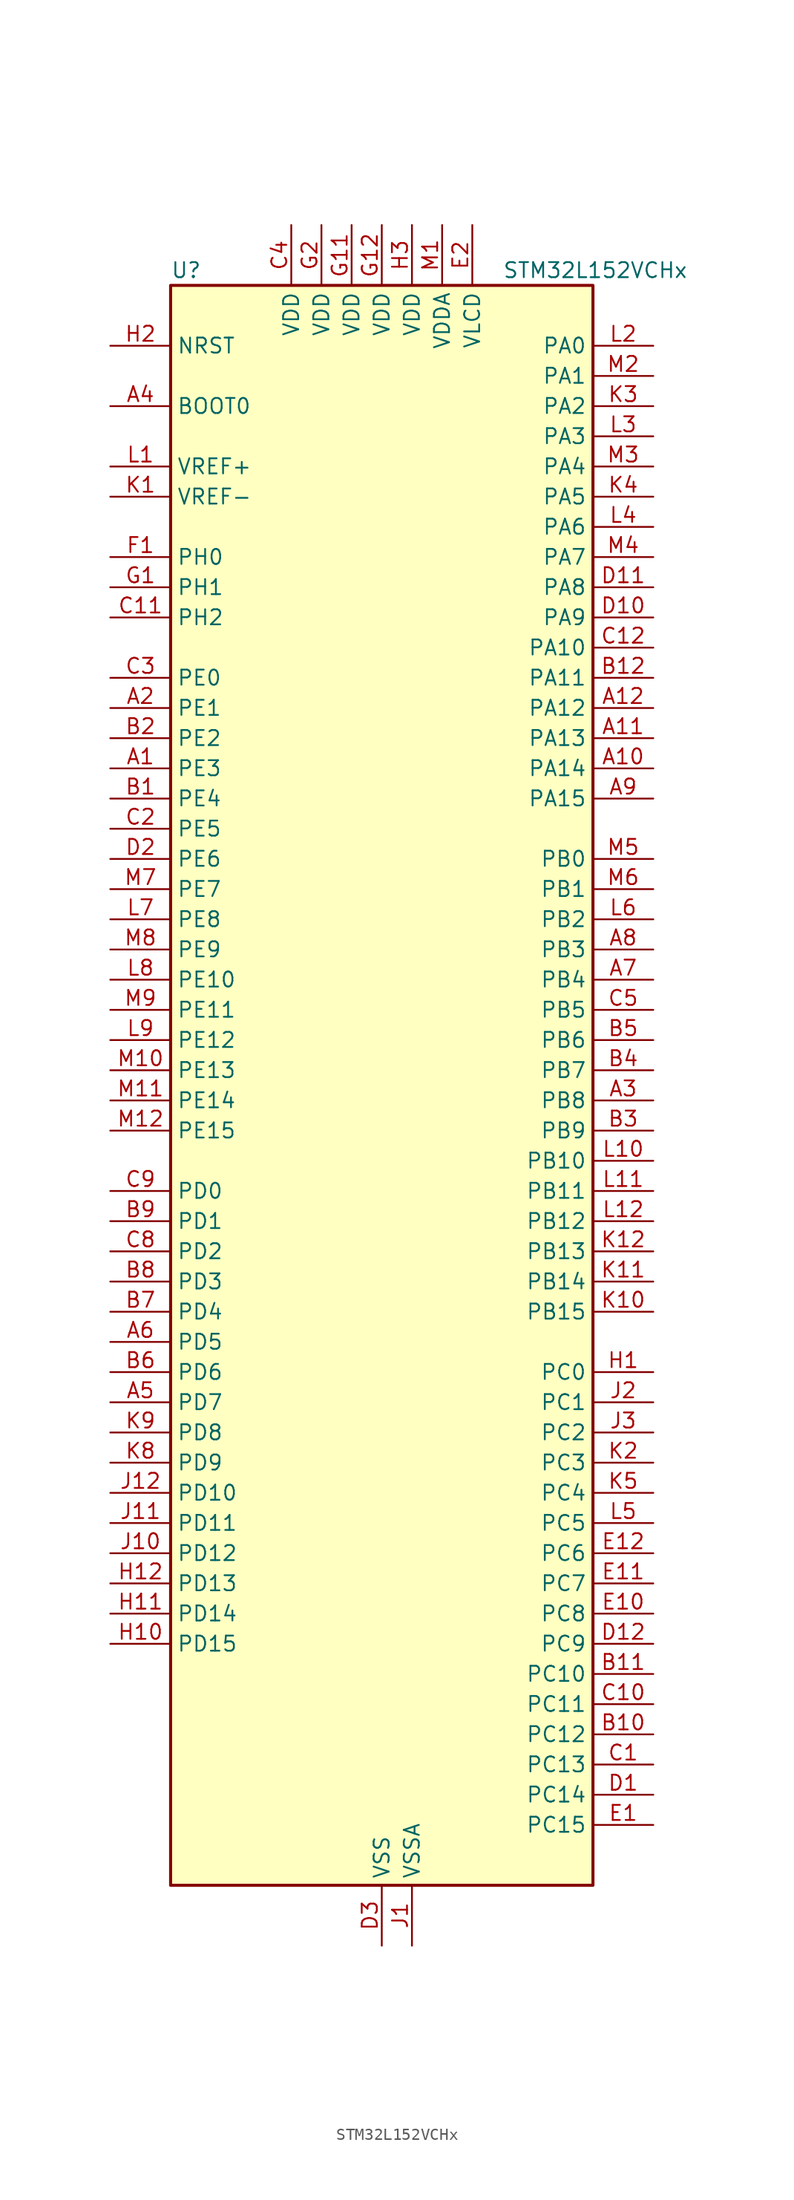
<source format=kicad_sym>
(kicad_symbol_lib
  (version 20241209)
  (generator "kicad_symbol_editor")
  (generator_version "9.0")
  (symbol "STM32L152VCHx"
    (property "Reference" "U"
      (at -17.78 69.85 0)
      (effects (font (size 1.27 1.27)) (justify left)))
    (property "Value" "STM32L152VCHx"
      (at 10.16 69.85 0)
      (effects (font (size 1.27 1.27)) (justify left)))
    (symbol "STM32L152VCHx_0_1"
      (rectangle (start -17.78 -66.04) (end 17.78 68.58) (stroke (width 0.254) (type default)) (fill (type background))))
    (symbol "STM32L152VCHx_1_1"
      (pin input line (at -22.86 63.5 0) (length 5.08) (name "NRST" (effects (font (size 1.27 1.27)))) (number "H2" (effects (font (size 1.27 1.27)))))
      (pin input line (at -22.86 58.42 0) (length 5.08) (name "BOOT0" (effects (font (size 1.27 1.27)))) (number "A4" (effects (font (size 1.27 1.27)))))
      (pin input line (at -22.86 53.34 0) (length 5.08) (name "VREF+" (effects (font (size 1.27 1.27)))) (number "L1" (effects (font (size 1.27 1.27)))))
      (pin input line (at -22.86 50.8 0) (length 5.08) (name "VREF-" (effects (font (size 1.27 1.27)))) (number "K1" (effects (font (size 1.27 1.27)))))
      (pin bidirectional line (at -22.86 45.72 0) (length 5.08) (name "PH0" (effects (font (size 1.27 1.27)))) (number "F1" (effects (font (size 1.27 1.27)))) (alternate "RCC_OSC_IN" bidirectional line))
      (pin bidirectional line (at -22.86 43.18 0) (length 5.08) (name "PH1" (effects (font (size 1.27 1.27)))) (number "G1" (effects (font (size 1.27 1.27)))) (alternate "RCC_OSC_OUT" bidirectional line))
      (pin bidirectional line (at -22.86 40.64 0) (length 5.08) (name "PH2" (effects (font (size 1.27 1.27)))) (number "C11" (effects (font (size 1.27 1.27)))))
      (pin bidirectional line (at -22.86 35.56 0) (length 5.08) (name "PE0" (effects (font (size 1.27 1.27)))) (number "C3" (effects (font (size 1.27 1.27)))) (alternate "LCD_SEG36" bidirectional line) (alternate "TIM10_CH1" bidirectional line) (alternate "TIM4_ETR" bidirectional line) (alternate "TIMX_IC1" bidirectional line))
      (pin bidirectional line (at -22.86 33.02 0) (length 5.08) (name "PE1" (effects (font (size 1.27 1.27)))) (number "A2" (effects (font (size 1.27 1.27)))) (alternate "LCD_SEG37" bidirectional line) (alternate "TIM11_CH1" bidirectional line) (alternate "TIMX_IC2" bidirectional line))
      (pin bidirectional line (at -22.86 30.48 0) (length 5.08) (name "PE2" (effects (font (size 1.27 1.27)))) (number "B2" (effects (font (size 1.27 1.27)))) (alternate "LCD_SEG38" bidirectional line) (alternate "SYS_TRACECK" bidirectional line) (alternate "TIM3_ETR" bidirectional line) (alternate "TIMX_IC3" bidirectional line))
      (pin bidirectional line (at -22.86 27.94 0) (length 5.08) (name "PE3" (effects (font (size 1.27 1.27)))) (number "A1" (effects (font (size 1.27 1.27)))) (alternate "LCD_SEG39" bidirectional line) (alternate "SYS_TRACED0" bidirectional line) (alternate "TIM3_CH1" bidirectional line) (alternate "TIMX_IC4" bidirectional line))
      (pin bidirectional line (at -22.86 25.4 0) (length 5.08) (name "PE4" (effects (font (size 1.27 1.27)))) (number "B1" (effects (font (size 1.27 1.27)))) (alternate "SYS_TRACED1" bidirectional line) (alternate "TIM3_CH2" bidirectional line) (alternate "TIMX_IC1" bidirectional line))
      (pin bidirectional line (at -22.86 22.86 0) (length 5.08) (name "PE5" (effects (font (size 1.27 1.27)))) (number "C2" (effects (font (size 1.27 1.27)))) (alternate "SYS_TRACED2" bidirectional line) (alternate "TIM9_CH1" bidirectional line) (alternate "TIMX_IC2" bidirectional line))
      (pin bidirectional line (at -22.86 20.32 0) (length 5.08) (name "PE6" (effects (font (size 1.27 1.27)))) (number "D2" (effects (font (size 1.27 1.27)))) (alternate "RTC_TAMP3" bidirectional line) (alternate "SYS_TRACED3" bidirectional line) (alternate "SYS_WKUP3" bidirectional line) (alternate "TIM9_CH2" bidirectional line) (alternate "TIMX_IC3" bidirectional line))
      (pin bidirectional line (at -22.86 17.78 0) (length 5.08) (name "PE7" (effects (font (size 1.27 1.27)))) (number "M7" (effects (font (size 1.27 1.27)))) (alternate "ADC_IN22" bidirectional line) (alternate "COMP1_INP" bidirectional line) (alternate "TIMX_IC4" bidirectional line))
      (pin bidirectional line (at -22.86 15.24 0) (length 5.08) (name "PE8" (effects (font (size 1.27 1.27)))) (number "L7" (effects (font (size 1.27 1.27)))) (alternate "ADC_IN23" bidirectional line) (alternate "COMP1_INP" bidirectional line) (alternate "TIMX_IC1" bidirectional line))
      (pin bidirectional line (at -22.86 12.7 0) (length 5.08) (name "PE9" (effects (font (size 1.27 1.27)))) (number "M8" (effects (font (size 1.27 1.27)))) (alternate "ADC_IN24" bidirectional line) (alternate "COMP1_INP" bidirectional line) (alternate "DAC_EXTI9" bidirectional line) (alternate "TIM2_CH1" bidirectional line) (alternate "TIM2_ETR" bidirectional line) (alternate "TIM5_ETR" bidirectional line) (alternate "TIMX_IC2" bidirectional line))
      (pin bidirectional line (at -22.86 10.16 0) (length 5.08) (name "PE10" (effects (font (size 1.27 1.27)))) (number "L8" (effects (font (size 1.27 1.27)))) (alternate "ADC_IN25" bidirectional line) (alternate "COMP1_INP" bidirectional line) (alternate "TIM2_CH2" bidirectional line) (alternate "TIMX_IC3" bidirectional line))
      (pin bidirectional line (at -22.86 7.62 0) (length 5.08) (name "PE11" (effects (font (size 1.27 1.27)))) (number "M9" (effects (font (size 1.27 1.27)))) (alternate "ADC_EXTI11" bidirectional line) (alternate "TIM2_CH3" bidirectional line) (alternate "TIMX_IC4" bidirectional line))
      (pin bidirectional line (at -22.86 5.08 0) (length 5.08) (name "PE12" (effects (font (size 1.27 1.27)))) (number "L9" (effects (font (size 1.27 1.27)))) (alternate "SPI1_NSS" bidirectional line) (alternate "TIM2_CH4" bidirectional line) (alternate "TIMX_IC1" bidirectional line))
      (pin bidirectional line (at -22.86 2.54 0) (length 5.08) (name "PE13" (effects (font (size 1.27 1.27)))) (number "M10" (effects (font (size 1.27 1.27)))) (alternate "SPI1_SCK" bidirectional line) (alternate "TIMX_IC2" bidirectional line))
      (pin bidirectional line (at -22.86 0 0) (length 5.08) (name "PE14" (effects (font (size 1.27 1.27)))) (number "M11" (effects (font (size 1.27 1.27)))) (alternate "SPI1_MISO" bidirectional line) (alternate "TIMX_IC3" bidirectional line))
      (pin bidirectional line (at -22.86 -2.54 0) (length 5.08) (name "PE15" (effects (font (size 1.27 1.27)))) (number "M12" (effects (font (size 1.27 1.27)))) (alternate "ADC_EXTI15" bidirectional line) (alternate "SPI1_MOSI" bidirectional line) (alternate "TIMX_IC4" bidirectional line))
      (pin bidirectional line (at -22.86 -7.62 0) (length 5.08) (name "PD0" (effects (font (size 1.27 1.27)))) (number "C9" (effects (font (size 1.27 1.27)))) (alternate "I2S2_WS" bidirectional line) (alternate "SPI2_NSS" bidirectional line) (alternate "TIM9_CH1" bidirectional line) (alternate "TIMX_IC1" bidirectional line))
      (pin bidirectional line (at -22.86 -10.16 0) (length 5.08) (name "PD1" (effects (font (size 1.27 1.27)))) (number "B9" (effects (font (size 1.27 1.27)))) (alternate "I2S2_CK" bidirectional line) (alternate "SPI2_SCK" bidirectional line) (alternate "TIMX_IC2" bidirectional line))
      (pin bidirectional line (at -22.86 -12.7 0) (length 5.08) (name "PD2" (effects (font (size 1.27 1.27)))) (number "C8" (effects (font (size 1.27 1.27)))) (alternate "LCD_COM7" bidirectional line) (alternate "LCD_SEG31" bidirectional line) (alternate "LCD_SEG43" bidirectional line) (alternate "TIM3_ETR" bidirectional line) (alternate "TIMX_IC3" bidirectional line))
      (pin bidirectional line (at -22.86 -15.24 0) (length 5.08) (name "PD3" (effects (font (size 1.27 1.27)))) (number "B8" (effects (font (size 1.27 1.27)))) (alternate "SPI2_MISO" bidirectional line) (alternate "TIMX_IC4" bidirectional line) (alternate "USART2_CTS" bidirectional line))
      (pin bidirectional line (at -22.86 -17.78 0) (length 5.08) (name "PD4" (effects (font (size 1.27 1.27)))) (number "B7" (effects (font (size 1.27 1.27)))) (alternate "I2S2_SD" bidirectional line) (alternate "SPI2_MOSI" bidirectional line) (alternate "TIMX_IC1" bidirectional line) (alternate "USART2_RTS" bidirectional line))
      (pin bidirectional line (at -22.86 -20.32 0) (length 5.08) (name "PD5" (effects (font (size 1.27 1.27)))) (number "A6" (effects (font (size 1.27 1.27)))) (alternate "TIMX_IC2" bidirectional line) (alternate "USART2_TX" bidirectional line))
      (pin bidirectional line (at -22.86 -22.86 0) (length 5.08) (name "PD6" (effects (font (size 1.27 1.27)))) (number "B6" (effects (font (size 1.27 1.27)))) (alternate "TIMX_IC3" bidirectional line) (alternate "USART2_RX" bidirectional line))
      (pin bidirectional line (at -22.86 -25.4 0) (length 5.08) (name "PD7" (effects (font (size 1.27 1.27)))) (number "A5" (effects (font (size 1.27 1.27)))) (alternate "TIM9_CH2" bidirectional line) (alternate "TIMX_IC4" bidirectional line) (alternate "USART2_CK" bidirectional line))
      (pin bidirectional line (at -22.86 -27.94 0) (length 5.08) (name "PD8" (effects (font (size 1.27 1.27)))) (number "K9" (effects (font (size 1.27 1.27)))) (alternate "LCD_SEG28" bidirectional line) (alternate "TIMX_IC1" bidirectional line) (alternate "USART3_TX" bidirectional line))
      (pin bidirectional line (at -22.86 -30.48 0) (length 5.08) (name "PD9" (effects (font (size 1.27 1.27)))) (number "K8" (effects (font (size 1.27 1.27)))) (alternate "DAC_EXTI9" bidirectional line) (alternate "LCD_SEG29" bidirectional line) (alternate "TIMX_IC2" bidirectional line) (alternate "USART3_RX" bidirectional line))
      (pin bidirectional line (at -22.86 -33.02 0) (length 5.08) (name "PD10" (effects (font (size 1.27 1.27)))) (number "J12" (effects (font (size 1.27 1.27)))) (alternate "LCD_SEG30" bidirectional line) (alternate "TIMX_IC3" bidirectional line) (alternate "USART3_CK" bidirectional line))
      (pin bidirectional line (at -22.86 -35.56 0) (length 5.08) (name "PD11" (effects (font (size 1.27 1.27)))) (number "J11" (effects (font (size 1.27 1.27)))) (alternate "ADC_EXTI11" bidirectional line) (alternate "LCD_SEG31" bidirectional line) (alternate "TIMX_IC4" bidirectional line) (alternate "USART3_CTS" bidirectional line))
      (pin bidirectional line (at -22.86 -38.1 0) (length 5.08) (name "PD12" (effects (font (size 1.27 1.27)))) (number "J10" (effects (font (size 1.27 1.27)))) (alternate "LCD_SEG32" bidirectional line) (alternate "TIM4_CH1" bidirectional line) (alternate "TIMX_IC1" bidirectional line) (alternate "USART3_RTS" bidirectional line))
      (pin bidirectional line (at -22.86 -40.64 0) (length 5.08) (name "PD13" (effects (font (size 1.27 1.27)))) (number "H12" (effects (font (size 1.27 1.27)))) (alternate "LCD_SEG33" bidirectional line) (alternate "TIM4_CH2" bidirectional line) (alternate "TIMX_IC2" bidirectional line))
      (pin bidirectional line (at -22.86 -43.18 0) (length 5.08) (name "PD14" (effects (font (size 1.27 1.27)))) (number "H11" (effects (font (size 1.27 1.27)))) (alternate "LCD_SEG34" bidirectional line) (alternate "TIM4_CH3" bidirectional line) (alternate "TIMX_IC3" bidirectional line))
      (pin bidirectional line (at -22.86 -45.72 0) (length 5.08) (name "PD15" (effects (font (size 1.27 1.27)))) (number "H10" (effects (font (size 1.27 1.27)))) (alternate "ADC_EXTI15" bidirectional line) (alternate "LCD_SEG35" bidirectional line) (alternate "TIM4_CH4" bidirectional line) (alternate "TIMX_IC4" bidirectional line))
      (pin power_in line (at -7.62 73.66 270) (length 5.08) (name "VDD" (effects (font (size 1.27 1.27)))) (number "C4" (effects (font (size 1.27 1.27)))))
      (pin power_in line (at -5.08 73.66 270) (length 5.08) (name "VDD" (effects (font (size 1.27 1.27)))) (number "G2" (effects (font (size 1.27 1.27)))))
      (pin power_in line (at -2.54 73.66 270) (length 5.08) (name "VDD" (effects (font (size 1.27 1.27)))) (number "G11" (effects (font (size 1.27 1.27)))))
      (pin power_in line (at 0 73.66 270) (length 5.08) (name "VDD" (effects (font (size 1.27 1.27)))) (number "G12" (effects (font (size 1.27 1.27)))))
      (pin power_in line (at 0 -71.12 90) (length 5.08) (name "VSS" (effects (font (size 1.27 1.27)))) (number "D3" (effects (font (size 1.27 1.27)))))
      (pin passive line (at 0 -71.12 90) (length 5.08) (hide yes) (name "VSS" (effects (font (size 1.27 1.27)))) (number "E3" (effects (font (size 1.27 1.27)))))
      (pin passive line (at 0 -71.12 90) (length 5.08) (hide yes) (name "VSS" (effects (font (size 1.27 1.27)))) (number "F11" (effects (font (size 1.27 1.27)))))
      (pin passive line (at 0 -71.12 90) (length 5.08) (hide yes) (name "VSS" (effects (font (size 1.27 1.27)))) (number "F12" (effects (font (size 1.27 1.27)))))
      (pin passive line (at 0 -71.12 90) (length 5.08) (hide yes) (name "VSS" (effects (font (size 1.27 1.27)))) (number "F2" (effects (font (size 1.27 1.27)))))
      (pin power_in line (at 2.54 73.66 270) (length 5.08) (name "VDD" (effects (font (size 1.27 1.27)))) (number "H3" (effects (font (size 1.27 1.27)))))
      (pin power_in line (at 2.54 -71.12 90) (length 5.08) (name "VSSA" (effects (font (size 1.27 1.27)))) (number "J1" (effects (font (size 1.27 1.27)))))
      (pin power_in line (at 5.08 73.66 270) (length 5.08) (name "VDDA" (effects (font (size 1.27 1.27)))) (number "M1" (effects (font (size 1.27 1.27)))))
      (pin power_in line (at 7.62 73.66 270) (length 5.08) (name "VLCD" (effects (font (size 1.27 1.27)))) (number "E2" (effects (font (size 1.27 1.27)))))
      (pin bidirectional line (at 22.86 63.5 180) (length 5.08) (name "PA0" (effects (font (size 1.27 1.27)))) (number "L2" (effects (font (size 1.27 1.27)))) (alternate "ADC_IN0" bidirectional line) (alternate "COMP1_INP" bidirectional line) (alternate "RTC_TAMP2" bidirectional line) (alternate "SYS_WKUP1" bidirectional line) (alternate "TIM2_CH1" bidirectional line) (alternate "TIM2_ETR" bidirectional line) (alternate "TIM5_CH1" bidirectional line) (alternate "TIMX_IC1" bidirectional line) (alternate "TS_G1_IO1" bidirectional line) (alternate "USART2_CTS" bidirectional line))
      (pin bidirectional line (at 22.86 60.96 180) (length 5.08) (name "PA1" (effects (font (size 1.27 1.27)))) (number "M2" (effects (font (size 1.27 1.27)))) (alternate "ADC_IN1" bidirectional line) (alternate "COMP1_INP" bidirectional line) (alternate "LCD_SEG0" bidirectional line) (alternate "OPAMP1_VINP" bidirectional line) (alternate "TIM2_CH2" bidirectional line) (alternate "TIM5_CH2" bidirectional line) (alternate "TIMX_IC2" bidirectional line) (alternate "TS_G1_IO2" bidirectional line) (alternate "USART2_RTS" bidirectional line))
      (pin bidirectional line (at 22.86 58.42 180) (length 5.08) (name "PA2" (effects (font (size 1.27 1.27)))) (number "K3" (effects (font (size 1.27 1.27)))) (alternate "ADC_IN2" bidirectional line) (alternate "COMP1_INP" bidirectional line) (alternate "LCD_SEG1" bidirectional line) (alternate "OPAMP1_VINM" bidirectional line) (alternate "TIM2_CH3" bidirectional line) (alternate "TIM5_CH3" bidirectional line) (alternate "TIM9_CH1" bidirectional line) (alternate "TIMX_IC3" bidirectional line) (alternate "TS_G1_IO3" bidirectional line) (alternate "USART2_TX" bidirectional line))
      (pin bidirectional line (at 22.86 55.88 180) (length 5.08) (name "PA3" (effects (font (size 1.27 1.27)))) (number "L3" (effects (font (size 1.27 1.27)))) (alternate "ADC_IN3" bidirectional line) (alternate "COMP1_INP" bidirectional line) (alternate "LCD_SEG2" bidirectional line) (alternate "OPAMP1_VOUT" bidirectional line) (alternate "TIM2_CH4" bidirectional line) (alternate "TIM5_CH4" bidirectional line) (alternate "TIM9_CH2" bidirectional line) (alternate "TIMX_IC4" bidirectional line) (alternate "TS_G1_IO4" bidirectional line) (alternate "USART2_RX" bidirectional line))
      (pin bidirectional line (at 22.86 53.34 180) (length 5.08) (name "PA4" (effects (font (size 1.27 1.27)))) (number "M3" (effects (font (size 1.27 1.27)))) (alternate "ADC_IN4" bidirectional line) (alternate "COMP1_INP" bidirectional line) (alternate "DAC_OUT1" bidirectional line) (alternate "I2S3_WS" bidirectional line) (alternate "SPI1_NSS" bidirectional line) (alternate "SPI3_NSS" bidirectional line) (alternate "TIMX_IC1" bidirectional line) (alternate "USART2_CK" bidirectional line))
      (pin bidirectional line (at 22.86 50.8 180) (length 5.08) (name "PA5" (effects (font (size 1.27 1.27)))) (number "K4" (effects (font (size 1.27 1.27)))) (alternate "ADC_IN5" bidirectional line) (alternate "COMP1_INP" bidirectional line) (alternate "DAC_OUT2" bidirectional line) (alternate "SPI1_SCK" bidirectional line) (alternate "TIM2_CH1" bidirectional line) (alternate "TIM2_ETR" bidirectional line) (alternate "TIMX_IC2" bidirectional line))
      (pin bidirectional line (at 22.86 48.26 180) (length 5.08) (name "PA6" (effects (font (size 1.27 1.27)))) (number "L4" (effects (font (size 1.27 1.27)))) (alternate "ADC_IN6" bidirectional line) (alternate "COMP1_INP" bidirectional line) (alternate "LCD_SEG3" bidirectional line) (alternate "OPAMP2_VINP" bidirectional line) (alternate "SPI1_MISO" bidirectional line) (alternate "TIM10_CH1" bidirectional line) (alternate "TIM3_CH1" bidirectional line) (alternate "TIMX_IC3" bidirectional line) (alternate "TS_G2_IO1" bidirectional line))
      (pin bidirectional line (at 22.86 45.72 180) (length 5.08) (name "PA7" (effects (font (size 1.27 1.27)))) (number "M4" (effects (font (size 1.27 1.27)))) (alternate "ADC_IN7" bidirectional line) (alternate "COMP1_INP" bidirectional line) (alternate "LCD_SEG4" bidirectional line) (alternate "OPAMP2_VINM" bidirectional line) (alternate "SPI1_MOSI" bidirectional line) (alternate "TIM11_CH1" bidirectional line) (alternate "TIM3_CH2" bidirectional line) (alternate "TIMX_IC4" bidirectional line) (alternate "TS_G2_IO2" bidirectional line))
      (pin bidirectional line (at 22.86 43.18 180) (length 5.08) (name "PA8" (effects (font (size 1.27 1.27)))) (number "D11" (effects (font (size 1.27 1.27)))) (alternate "LCD_COM0" bidirectional line) (alternate "RCC_MCO" bidirectional line) (alternate "TIMX_IC1" bidirectional line) (alternate "TS_G4_IO1" bidirectional line) (alternate "USART1_CK" bidirectional line))
      (pin bidirectional line (at 22.86 40.64 180) (length 5.08) (name "PA9" (effects (font (size 1.27 1.27)))) (number "D10" (effects (font (size 1.27 1.27)))) (alternate "DAC_EXTI9" bidirectional line) (alternate "LCD_COM1" bidirectional line) (alternate "TIMX_IC2" bidirectional line) (alternate "TS_G4_IO2" bidirectional line) (alternate "USART1_TX" bidirectional line))
      (pin bidirectional line (at 22.86 38.1 180) (length 5.08) (name "PA10" (effects (font (size 1.27 1.27)))) (number "C12" (effects (font (size 1.27 1.27)))) (alternate "LCD_COM2" bidirectional line) (alternate "TIMX_IC3" bidirectional line) (alternate "TS_G4_IO3" bidirectional line) (alternate "USART1_RX" bidirectional line))
      (pin bidirectional line (at 22.86 35.56 180) (length 5.08) (name "PA11" (effects (font (size 1.27 1.27)))) (number "B12" (effects (font (size 1.27 1.27)))) (alternate "ADC_EXTI11" bidirectional line) (alternate "SPI1_MISO" bidirectional line) (alternate "TIMX_IC4" bidirectional line) (alternate "USART1_CTS" bidirectional line) (alternate "USB_DM" bidirectional line))
      (pin bidirectional line (at 22.86 33.02 180) (length 5.08) (name "PA12" (effects (font (size 1.27 1.27)))) (number "A12" (effects (font (size 1.27 1.27)))) (alternate "SPI1_MOSI" bidirectional line) (alternate "TIMX_IC1" bidirectional line) (alternate "USART1_RTS" bidirectional line) (alternate "USB_DP" bidirectional line))
      (pin bidirectional line (at 22.86 30.48 180) (length 5.08) (name "PA13" (effects (font (size 1.27 1.27)))) (number "A11" (effects (font (size 1.27 1.27)))) (alternate "SYS_JTMS-SWDIO" bidirectional line) (alternate "TIMX_IC2" bidirectional line) (alternate "TS_G5_IO1" bidirectional line))
      (pin bidirectional line (at 22.86 27.94 180) (length 5.08) (name "PA14" (effects (font (size 1.27 1.27)))) (number "A10" (effects (font (size 1.27 1.27)))) (alternate "SYS_JTCK-SWCLK" bidirectional line) (alternate "TIMX_IC3" bidirectional line) (alternate "TS_G5_IO2" bidirectional line))
      (pin bidirectional line (at 22.86 25.4 180) (length 5.08) (name "PA15" (effects (font (size 1.27 1.27)))) (number "A9" (effects (font (size 1.27 1.27)))) (alternate "ADC_EXTI15" bidirectional line) (alternate "I2S3_WS" bidirectional line) (alternate "LCD_SEG17" bidirectional line) (alternate "SPI1_NSS" bidirectional line) (alternate "SPI3_NSS" bidirectional line) (alternate "SYS_JTDI" bidirectional line) (alternate "TIM2_CH1" bidirectional line) (alternate "TIM2_ETR" bidirectional line) (alternate "TIMX_IC4" bidirectional line) (alternate "TS_G5_IO3" bidirectional line))
      (pin bidirectional line (at 22.86 20.32 180) (length 5.08) (name "PB0" (effects (font (size 1.27 1.27)))) (number "M5" (effects (font (size 1.27 1.27)))) (alternate "ADC_IN8" bidirectional line) (alternate "COMP1_INP" bidirectional line) (alternate "LCD_SEG5" bidirectional line) (alternate "OPAMP2_VOUT" bidirectional line) (alternate "SYS_V_REF_OUT" bidirectional line) (alternate "TIM3_CH3" bidirectional line) (alternate "TS_G3_IO1" bidirectional line))
      (pin bidirectional line (at 22.86 17.78 180) (length 5.08) (name "PB1" (effects (font (size 1.27 1.27)))) (number "M6" (effects (font (size 1.27 1.27)))) (alternate "ADC_IN9" bidirectional line) (alternate "COMP1_INP" bidirectional line) (alternate "LCD_SEG6" bidirectional line) (alternate "SYS_V_REF_OUT" bidirectional line) (alternate "TIM3_CH4" bidirectional line) (alternate "TS_G3_IO2" bidirectional line))
      (pin bidirectional line (at 22.86 15.24 180) (length 5.08) (name "PB2" (effects (font (size 1.27 1.27)))) (number "L6" (effects (font (size 1.27 1.27)))) (alternate "TS_G3_IO3" bidirectional line))
      (pin bidirectional line (at 22.86 12.7 180) (length 5.08) (name "PB3" (effects (font (size 1.27 1.27)))) (number "A8" (effects (font (size 1.27 1.27)))) (alternate "COMP2_INM" bidirectional line) (alternate "I2S3_CK" bidirectional line) (alternate "LCD_SEG7" bidirectional line) (alternate "SPI1_SCK" bidirectional line) (alternate "SPI3_SCK" bidirectional line) (alternate "SYS_JTDO-TRACESWO" bidirectional line) (alternate "TIM2_CH2" bidirectional line))
      (pin bidirectional line (at 22.86 10.16 180) (length 5.08) (name "PB4" (effects (font (size 1.27 1.27)))) (number "A7" (effects (font (size 1.27 1.27)))) (alternate "COMP2_INP" bidirectional line) (alternate "LCD_SEG8" bidirectional line) (alternate "SPI1_MISO" bidirectional line) (alternate "SPI3_MISO" bidirectional line) (alternate "SYS_JTRST" bidirectional line) (alternate "TIM3_CH1" bidirectional line) (alternate "TS_G6_IO1" bidirectional line))
      (pin bidirectional line (at 22.86 7.62 180) (length 5.08) (name "PB5" (effects (font (size 1.27 1.27)))) (number "C5" (effects (font (size 1.27 1.27)))) (alternate "COMP2_INP" bidirectional line) (alternate "I2C1_SMBA" bidirectional line) (alternate "I2S3_SD" bidirectional line) (alternate "LCD_SEG9" bidirectional line) (alternate "SPI1_MOSI" bidirectional line) (alternate "SPI3_MOSI" bidirectional line) (alternate "TIM3_CH2" bidirectional line) (alternate "TS_G6_IO2" bidirectional line))
      (pin bidirectional line (at 22.86 5.08 180) (length 5.08) (name "PB6" (effects (font (size 1.27 1.27)))) (number "B5" (effects (font (size 1.27 1.27)))) (alternate "COMP2_INP" bidirectional line) (alternate "I2C1_SCL" bidirectional line) (alternate "TIM4_CH1" bidirectional line) (alternate "TS_G6_IO3" bidirectional line) (alternate "USART1_TX" bidirectional line))
      (pin bidirectional line (at 22.86 2.54 180) (length 5.08) (name "PB7" (effects (font (size 1.27 1.27)))) (number "B4" (effects (font (size 1.27 1.27)))) (alternate "COMP2_INP" bidirectional line) (alternate "I2C1_SDA" bidirectional line) (alternate "SYS_PVD_IN" bidirectional line) (alternate "TIM4_CH2" bidirectional line) (alternate "TS_G6_IO4" bidirectional line) (alternate "USART1_RX" bidirectional line))
      (pin bidirectional line (at 22.86 0 180) (length 5.08) (name "PB8" (effects (font (size 1.27 1.27)))) (number "A3" (effects (font (size 1.27 1.27)))) (alternate "I2C1_SCL" bidirectional line) (alternate "LCD_SEG16" bidirectional line) (alternate "TIM10_CH1" bidirectional line) (alternate "TIM4_CH3" bidirectional line))
      (pin bidirectional line (at 22.86 -2.54 180) (length 5.08) (name "PB9" (effects (font (size 1.27 1.27)))) (number "B3" (effects (font (size 1.27 1.27)))) (alternate "DAC_EXTI9" bidirectional line) (alternate "I2C1_SDA" bidirectional line) (alternate "LCD_COM3" bidirectional line) (alternate "TIM11_CH1" bidirectional line) (alternate "TIM4_CH4" bidirectional line))
      (pin bidirectional line (at 22.86 -5.08 180) (length 5.08) (name "PB10" (effects (font (size 1.27 1.27)))) (number "L10" (effects (font (size 1.27 1.27)))) (alternate "I2C2_SCL" bidirectional line) (alternate "LCD_SEG10" bidirectional line) (alternate "TIM2_CH3" bidirectional line) (alternate "USART3_TX" bidirectional line))
      (pin bidirectional line (at 22.86 -7.62 180) (length 5.08) (name "PB11" (effects (font (size 1.27 1.27)))) (number "L11" (effects (font (size 1.27 1.27)))) (alternate "ADC_EXTI11" bidirectional line) (alternate "I2C2_SDA" bidirectional line) (alternate "LCD_SEG11" bidirectional line) (alternate "TIM2_CH4" bidirectional line) (alternate "USART3_RX" bidirectional line))
      (pin bidirectional line (at 22.86 -10.16 180) (length 5.08) (name "PB12" (effects (font (size 1.27 1.27)))) (number "L12" (effects (font (size 1.27 1.27)))) (alternate "ADC_IN18" bidirectional line) (alternate "COMP1_INP" bidirectional line) (alternate "I2C2_SMBA" bidirectional line) (alternate "I2S2_WS" bidirectional line) (alternate "LCD_SEG12" bidirectional line) (alternate "SPI2_NSS" bidirectional line) (alternate "TIM10_CH1" bidirectional line) (alternate "TS_G7_IO1" bidirectional line) (alternate "USART3_CK" bidirectional line))
      (pin bidirectional line (at 22.86 -12.7 180) (length 5.08) (name "PB13" (effects (font (size 1.27 1.27)))) (number "K12" (effects (font (size 1.27 1.27)))) (alternate "ADC_IN19" bidirectional line) (alternate "COMP1_INP" bidirectional line) (alternate "I2S2_CK" bidirectional line) (alternate "LCD_SEG13" bidirectional line) (alternate "SPI2_SCK" bidirectional line) (alternate "TIM9_CH1" bidirectional line) (alternate "TS_G7_IO2" bidirectional line) (alternate "USART3_CTS" bidirectional line))
      (pin bidirectional line (at 22.86 -15.24 180) (length 5.08) (name "PB14" (effects (font (size 1.27 1.27)))) (number "K11" (effects (font (size 1.27 1.27)))) (alternate "ADC_IN20" bidirectional line) (alternate "COMP1_INP" bidirectional line) (alternate "LCD_SEG14" bidirectional line) (alternate "SPI2_MISO" bidirectional line) (alternate "TIM9_CH2" bidirectional line) (alternate "TS_G7_IO3" bidirectional line) (alternate "USART3_RTS" bidirectional line))
      (pin bidirectional line (at 22.86 -17.78 180) (length 5.08) (name "PB15" (effects (font (size 1.27 1.27)))) (number "K10" (effects (font (size 1.27 1.27)))) (alternate "ADC_EXTI15" bidirectional line) (alternate "ADC_IN21" bidirectional line) (alternate "COMP1_INP" bidirectional line) (alternate "I2S2_SD" bidirectional line) (alternate "LCD_SEG15" bidirectional line) (alternate "RTC_REFIN" bidirectional line) (alternate "SPI2_MOSI" bidirectional line) (alternate "TIM11_CH1" bidirectional line) (alternate "TS_G7_IO4" bidirectional line))
      (pin bidirectional line (at 22.86 -22.86 180) (length 5.08) (name "PC0" (effects (font (size 1.27 1.27)))) (number "H1" (effects (font (size 1.27 1.27)))) (alternate "ADC_IN10" bidirectional line) (alternate "COMP1_INP" bidirectional line) (alternate "LCD_SEG18" bidirectional line) (alternate "TIMX_IC1" bidirectional line) (alternate "TS_G8_IO1" bidirectional line))
      (pin bidirectional line (at 22.86 -25.4 180) (length 5.08) (name "PC1" (effects (font (size 1.27 1.27)))) (number "J2" (effects (font (size 1.27 1.27)))) (alternate "ADC_IN11" bidirectional line) (alternate "COMP1_INP" bidirectional line) (alternate "LCD_SEG19" bidirectional line) (alternate "TIMX_IC2" bidirectional line) (alternate "TS_G8_IO2" bidirectional line))
      (pin bidirectional line (at 22.86 -27.94 180) (length 5.08) (name "PC2" (effects (font (size 1.27 1.27)))) (number "J3" (effects (font (size 1.27 1.27)))) (alternate "ADC_IN12" bidirectional line) (alternate "COMP1_INP" bidirectional line) (alternate "LCD_SEG20" bidirectional line) (alternate "TIMX_IC3" bidirectional line) (alternate "TS_G8_IO3" bidirectional line))
      (pin bidirectional line (at 22.86 -30.48 180) (length 5.08) (name "PC3" (effects (font (size 1.27 1.27)))) (number "K2" (effects (font (size 1.27 1.27)))) (alternate "ADC_IN13" bidirectional line) (alternate "COMP1_INP" bidirectional line) (alternate "LCD_SEG21" bidirectional line) (alternate "TIMX_IC4" bidirectional line) (alternate "TS_G8_IO4" bidirectional line))
      (pin bidirectional line (at 22.86 -33.02 180) (length 5.08) (name "PC4" (effects (font (size 1.27 1.27)))) (number "K5" (effects (font (size 1.27 1.27)))) (alternate "ADC_IN14" bidirectional line) (alternate "COMP1_INP" bidirectional line) (alternate "LCD_SEG22" bidirectional line) (alternate "TIMX_IC1" bidirectional line) (alternate "TS_G9_IO1" bidirectional line))
      (pin bidirectional line (at 22.86 -35.56 180) (length 5.08) (name "PC5" (effects (font (size 1.27 1.27)))) (number "L5" (effects (font (size 1.27 1.27)))) (alternate "ADC_IN15" bidirectional line) (alternate "COMP1_INP" bidirectional line) (alternate "LCD_SEG23" bidirectional line) (alternate "TIMX_IC2" bidirectional line) (alternate "TS_G9_IO2" bidirectional line))
      (pin bidirectional line (at 22.86 -38.1 180) (length 5.08) (name "PC6" (effects (font (size 1.27 1.27)))) (number "E12" (effects (font (size 1.27 1.27)))) (alternate "I2S2_MCK" bidirectional line) (alternate "LCD_SEG24" bidirectional line) (alternate "TIM3_CH1" bidirectional line) (alternate "TIMX_IC3" bidirectional line) (alternate "TS_G10_IO1" bidirectional line))
      (pin bidirectional line (at 22.86 -40.64 180) (length 5.08) (name "PC7" (effects (font (size 1.27 1.27)))) (number "E11" (effects (font (size 1.27 1.27)))) (alternate "I2S3_MCK" bidirectional line) (alternate "LCD_SEG25" bidirectional line) (alternate "TIM3_CH2" bidirectional line) (alternate "TIMX_IC4" bidirectional line) (alternate "TS_G10_IO2" bidirectional line))
      (pin bidirectional line (at 22.86 -43.18 180) (length 5.08) (name "PC8" (effects (font (size 1.27 1.27)))) (number "E10" (effects (font (size 1.27 1.27)))) (alternate "LCD_SEG26" bidirectional line) (alternate "TIM3_CH3" bidirectional line) (alternate "TIMX_IC1" bidirectional line) (alternate "TS_G10_IO3" bidirectional line))
      (pin bidirectional line (at 22.86 -45.72 180) (length 5.08) (name "PC9" (effects (font (size 1.27 1.27)))) (number "D12" (effects (font (size 1.27 1.27)))) (alternate "DAC_EXTI9" bidirectional line) (alternate "LCD_SEG27" bidirectional line) (alternate "TIM3_CH4" bidirectional line) (alternate "TIMX_IC2" bidirectional line) (alternate "TS_G10_IO4" bidirectional line))
      (pin bidirectional line (at 22.86 -48.26 180) (length 5.08) (name "PC10" (effects (font (size 1.27 1.27)))) (number "B11" (effects (font (size 1.27 1.27)))) (alternate "I2S3_CK" bidirectional line) (alternate "LCD_COM4" bidirectional line) (alternate "LCD_SEG28" bidirectional line) (alternate "LCD_SEG40" bidirectional line) (alternate "SPI3_SCK" bidirectional line) (alternate "TIMX_IC3" bidirectional line) (alternate "USART3_TX" bidirectional line))
      (pin bidirectional line (at 22.86 -50.8 180) (length 5.08) (name "PC11" (effects (font (size 1.27 1.27)))) (number "C10" (effects (font (size 1.27 1.27)))) (alternate "ADC_EXTI11" bidirectional line) (alternate "LCD_COM5" bidirectional line) (alternate "LCD_SEG29" bidirectional line) (alternate "LCD_SEG41" bidirectional line) (alternate "SPI3_MISO" bidirectional line) (alternate "TIMX_IC4" bidirectional line) (alternate "USART3_RX" bidirectional line))
      (pin bidirectional line (at 22.86 -53.34 180) (length 5.08) (name "PC12" (effects (font (size 1.27 1.27)))) (number "B10" (effects (font (size 1.27 1.27)))) (alternate "I2S3_SD" bidirectional line) (alternate "LCD_COM6" bidirectional line) (alternate "LCD_SEG30" bidirectional line) (alternate "LCD_SEG42" bidirectional line) (alternate "SPI3_MOSI" bidirectional line) (alternate "TIMX_IC1" bidirectional line) (alternate "USART3_CK" bidirectional line))
      (pin bidirectional line (at 22.86 -55.88 180) (length 5.08) (name "PC13" (effects (font (size 1.27 1.27)))) (number "C1" (effects (font (size 1.27 1.27)))) (alternate "RTC_OUT_ALARM" bidirectional line) (alternate "RTC_OUT_CALIB" bidirectional line) (alternate "RTC_TAMP1" bidirectional line) (alternate "RTC_TS" bidirectional line) (alternate "SYS_WKUP2" bidirectional line) (alternate "TIMX_IC2" bidirectional line))
      (pin bidirectional line (at 22.86 -58.42 180) (length 5.08) (name "PC14" (effects (font (size 1.27 1.27)))) (number "D1" (effects (font (size 1.27 1.27)))) (alternate "RCC_OSC32_IN" bidirectional line) (alternate "TIMX_IC3" bidirectional line))
      (pin bidirectional line (at 22.86 -60.96 180) (length 5.08) (name "PC15" (effects (font (size 1.27 1.27)))) (number "E1" (effects (font (size 1.27 1.27)))) (alternate "ADC_EXTI15" bidirectional line) (alternate "RCC_OSC32_OUT" bidirectional line) (alternate "TIMX_IC4" bidirectional line)))))
</source>
